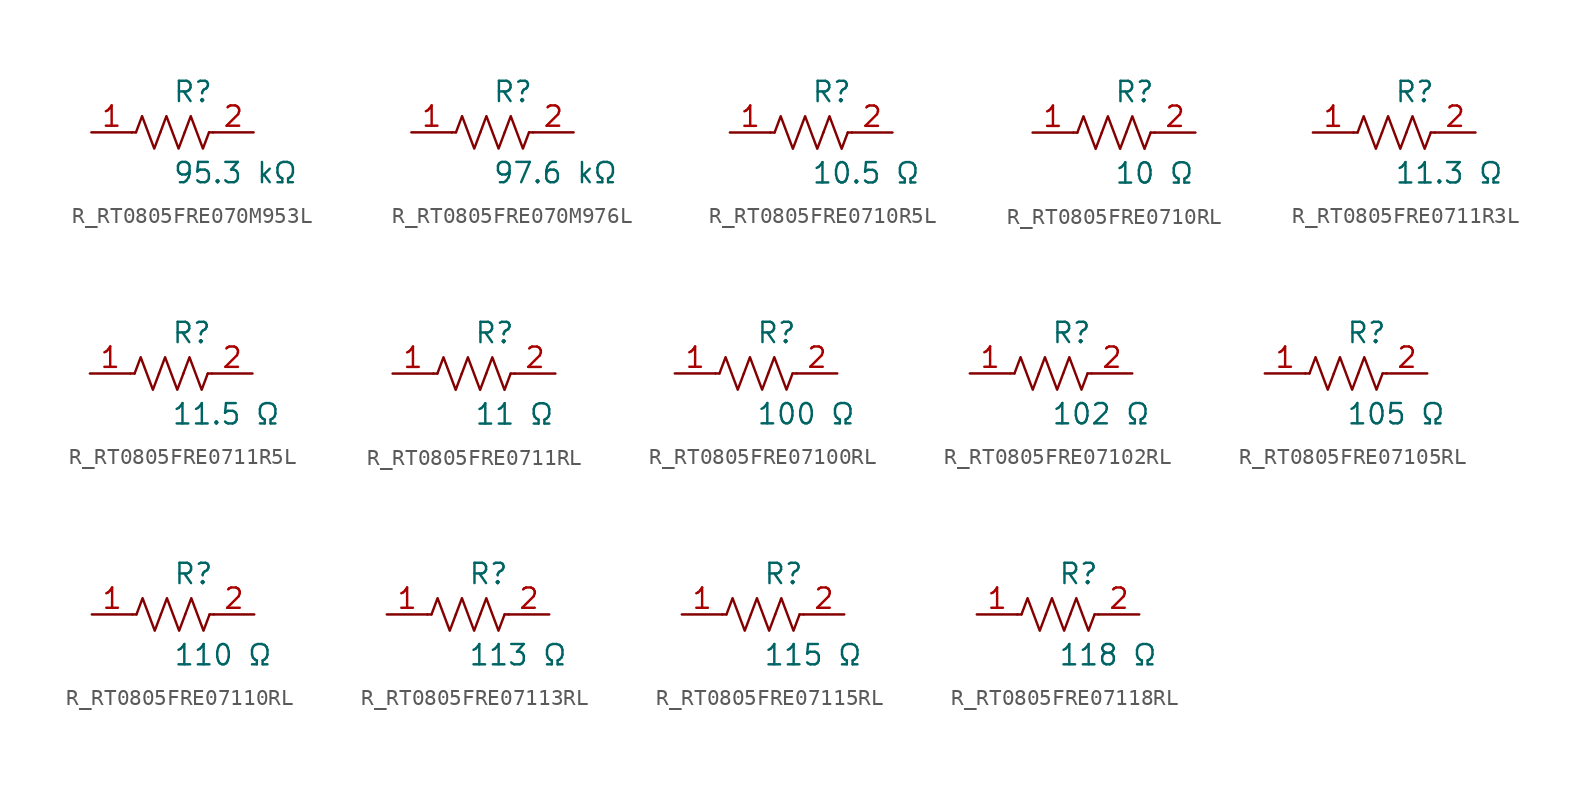
<source format=kicad_sym>
(kicad_symbol_lib
  (version 20231120)
  (generator kicad_symbol_editor)
  (generator_version 8.0)
  (symbol "R_RT0805FRE070M953L"
    (pin_names
      (offset 0.254))
    (property "Reference" "R"
      (at 0.0 2.54 0)
      (effects (font (size 1.27 1.27)) (justify left)))
    (property "Value" "95.3 kΩ"
      (at 0.0 -2.54 0)
      (effects (font (size 1.27 1.27)) (justify left)))
    (symbol "R_RT0805FRE070M953L_0_1"
      (polyline (pts (xy 2.286 0) (xy 2.54 0)) (stroke (width 0) (type default)) (fill (type none)))
      (polyline (pts (xy -2.286 0) (xy -2.54 0)) (stroke (width 0) (type default)) (fill (type none)))
      (polyline (pts (xy 0.762 0) (xy 1.143 1.016) (xy 1.524 0) (xy 1.905 -1.016) (xy 2.286 0)) (stroke (width 0) (type default)) (fill (type none)))
      (polyline (pts (xy -0.762 0) (xy -0.381 1.016) (xy 0 0) (xy 0.381 -1.016) (xy 0.762 0)) (stroke (width 0) (type default)) (fill (type none)))
      (polyline (pts (xy -2.286 0) (xy -1.905 1.016) (xy -1.524 0) (xy -1.143 -1.016) (xy -0.762 0)) (stroke (width 0) (type default)) (fill (type none))))
    (pin unspecified line
      (at -5.08 0 0)
      (length 2.54)
      (name "" (effects (font (size 1.27 1.27))))
      (number "1" (effects (font (size 1.27 1.27)))))
    (pin unspecified line
      (at 5.08 0 180)
      (length 2.54)
      (name "" (effects (font (size 1.27 1.27))))
      (number "2" (effects (font (size 1.27 1.27))))))
  (symbol "R_RT0805FRE070M976L"
    (pin_names
      (offset 0.254))
    (property "Reference" "R"
      (at 0.0 2.54 0)
      (effects (font (size 1.27 1.27)) (justify left)))
    (property "Value" "97.6 kΩ"
      (at 0.0 -2.54 0)
      (effects (font (size 1.27 1.27)) (justify left)))
    (symbol "R_RT0805FRE070M976L_0_1"
      (polyline (pts (xy 2.286 0) (xy 2.54 0)) (stroke (width 0) (type default)) (fill (type none)))
      (polyline (pts (xy -2.286 0) (xy -2.54 0)) (stroke (width 0) (type default)) (fill (type none)))
      (polyline (pts (xy 0.762 0) (xy 1.143 1.016) (xy 1.524 0) (xy 1.905 -1.016) (xy 2.286 0)) (stroke (width 0) (type default)) (fill (type none)))
      (polyline (pts (xy -0.762 0) (xy -0.381 1.016) (xy 0 0) (xy 0.381 -1.016) (xy 0.762 0)) (stroke (width 0) (type default)) (fill (type none)))
      (polyline (pts (xy -2.286 0) (xy -1.905 1.016) (xy -1.524 0) (xy -1.143 -1.016) (xy -0.762 0)) (stroke (width 0) (type default)) (fill (type none))))
    (pin unspecified line
      (at -5.08 0 0)
      (length 2.54)
      (name "" (effects (font (size 1.27 1.27))))
      (number "1" (effects (font (size 1.27 1.27)))))
    (pin unspecified line
      (at 5.08 0 180)
      (length 2.54)
      (name "" (effects (font (size 1.27 1.27))))
      (number "2" (effects (font (size 1.27 1.27))))))
  (symbol "R_RT0805FRE0710R5L"
    (pin_names
      (offset 0.254))
    (property "Reference" "R"
      (at 0.0 2.54 0)
      (effects (font (size 1.27 1.27)) (justify left)))
    (property "Value" "10.5 Ω"
      (at 0.0 -2.54 0)
      (effects (font (size 1.27 1.27)) (justify left)))
    (symbol "R_RT0805FRE0710R5L_0_1"
      (polyline (pts (xy 2.286 0) (xy 2.54 0)) (stroke (width 0) (type default)) (fill (type none)))
      (polyline (pts (xy -2.286 0) (xy -2.54 0)) (stroke (width 0) (type default)) (fill (type none)))
      (polyline (pts (xy 0.762 0) (xy 1.143 1.016) (xy 1.524 0) (xy 1.905 -1.016) (xy 2.286 0)) (stroke (width 0) (type default)) (fill (type none)))
      (polyline (pts (xy -0.762 0) (xy -0.381 1.016) (xy 0 0) (xy 0.381 -1.016) (xy 0.762 0)) (stroke (width 0) (type default)) (fill (type none)))
      (polyline (pts (xy -2.286 0) (xy -1.905 1.016) (xy -1.524 0) (xy -1.143 -1.016) (xy -0.762 0)) (stroke (width 0) (type default)) (fill (type none))))
    (pin unspecified line
      (at -5.08 0 0)
      (length 2.54)
      (name "" (effects (font (size 1.27 1.27))))
      (number "1" (effects (font (size 1.27 1.27)))))
    (pin unspecified line
      (at 5.08 0 180)
      (length 2.54)
      (name "" (effects (font (size 1.27 1.27))))
      (number "2" (effects (font (size 1.27 1.27))))))
  (symbol "R_RT0805FRE0710RL"
    (pin_names
      (offset 0.254))
    (property "Reference" "R"
      (at 0.0 2.54 0)
      (effects (font (size 1.27 1.27)) (justify left)))
    (property "Value" "10 Ω"
      (at 0.0 -2.54 0)
      (effects (font (size 1.27 1.27)) (justify left)))
    (symbol "R_RT0805FRE0710RL_0_1"
      (polyline (pts (xy 2.286 0) (xy 2.54 0)) (stroke (width 0) (type default)) (fill (type none)))
      (polyline (pts (xy -2.286 0) (xy -2.54 0)) (stroke (width 0) (type default)) (fill (type none)))
      (polyline (pts (xy 0.762 0) (xy 1.143 1.016) (xy 1.524 0) (xy 1.905 -1.016) (xy 2.286 0)) (stroke (width 0) (type default)) (fill (type none)))
      (polyline (pts (xy -0.762 0) (xy -0.381 1.016) (xy 0 0) (xy 0.381 -1.016) (xy 0.762 0)) (stroke (width 0) (type default)) (fill (type none)))
      (polyline (pts (xy -2.286 0) (xy -1.905 1.016) (xy -1.524 0) (xy -1.143 -1.016) (xy -0.762 0)) (stroke (width 0) (type default)) (fill (type none))))
    (pin unspecified line
      (at -5.08 0 0)
      (length 2.54)
      (name "" (effects (font (size 1.27 1.27))))
      (number "1" (effects (font (size 1.27 1.27)))))
    (pin unspecified line
      (at 5.08 0 180)
      (length 2.54)
      (name "" (effects (font (size 1.27 1.27))))
      (number "2" (effects (font (size 1.27 1.27))))))
  (symbol "R_RT0805FRE0711R3L"
    (pin_names
      (offset 0.254))
    (property "Reference" "R"
      (at 0.0 2.54 0)
      (effects (font (size 1.27 1.27)) (justify left)))
    (property "Value" "11.3 Ω"
      (at 0.0 -2.54 0)
      (effects (font (size 1.27 1.27)) (justify left)))
    (symbol "R_RT0805FRE0711R3L_0_1"
      (polyline (pts (xy 2.286 0) (xy 2.54 0)) (stroke (width 0) (type default)) (fill (type none)))
      (polyline (pts (xy -2.286 0) (xy -2.54 0)) (stroke (width 0) (type default)) (fill (type none)))
      (polyline (pts (xy 0.762 0) (xy 1.143 1.016) (xy 1.524 0) (xy 1.905 -1.016) (xy 2.286 0)) (stroke (width 0) (type default)) (fill (type none)))
      (polyline (pts (xy -0.762 0) (xy -0.381 1.016) (xy 0 0) (xy 0.381 -1.016) (xy 0.762 0)) (stroke (width 0) (type default)) (fill (type none)))
      (polyline (pts (xy -2.286 0) (xy -1.905 1.016) (xy -1.524 0) (xy -1.143 -1.016) (xy -0.762 0)) (stroke (width 0) (type default)) (fill (type none))))
    (pin unspecified line
      (at -5.08 0 0)
      (length 2.54)
      (name "" (effects (font (size 1.27 1.27))))
      (number "1" (effects (font (size 1.27 1.27)))))
    (pin unspecified line
      (at 5.08 0 180)
      (length 2.54)
      (name "" (effects (font (size 1.27 1.27))))
      (number "2" (effects (font (size 1.27 1.27))))))
  (symbol "R_RT0805FRE0711R5L"
    (pin_names
      (offset 0.254))
    (property "Reference" "R"
      (at 0.0 2.54 0)
      (effects (font (size 1.27 1.27)) (justify left)))
    (property "Value" "11.5 Ω"
      (at 0.0 -2.54 0)
      (effects (font (size 1.27 1.27)) (justify left)))
    (symbol "R_RT0805FRE0711R5L_0_1"
      (polyline (pts (xy 2.286 0) (xy 2.54 0)) (stroke (width 0) (type default)) (fill (type none)))
      (polyline (pts (xy -2.286 0) (xy -2.54 0)) (stroke (width 0) (type default)) (fill (type none)))
      (polyline (pts (xy 0.762 0) (xy 1.143 1.016) (xy 1.524 0) (xy 1.905 -1.016) (xy 2.286 0)) (stroke (width 0) (type default)) (fill (type none)))
      (polyline (pts (xy -0.762 0) (xy -0.381 1.016) (xy 0 0) (xy 0.381 -1.016) (xy 0.762 0)) (stroke (width 0) (type default)) (fill (type none)))
      (polyline (pts (xy -2.286 0) (xy -1.905 1.016) (xy -1.524 0) (xy -1.143 -1.016) (xy -0.762 0)) (stroke (width 0) (type default)) (fill (type none))))
    (pin unspecified line
      (at -5.08 0 0)
      (length 2.54)
      (name "" (effects (font (size 1.27 1.27))))
      (number "1" (effects (font (size 1.27 1.27)))))
    (pin unspecified line
      (at 5.08 0 180)
      (length 2.54)
      (name "" (effects (font (size 1.27 1.27))))
      (number "2" (effects (font (size 1.27 1.27))))))
  (symbol "R_RT0805FRE0711RL"
    (pin_names
      (offset 0.254))
    (property "Reference" "R"
      (at 0.0 2.54 0)
      (effects (font (size 1.27 1.27)) (justify left)))
    (property "Value" "11 Ω"
      (at 0.0 -2.54 0)
      (effects (font (size 1.27 1.27)) (justify left)))
    (symbol "R_RT0805FRE0711RL_0_1"
      (polyline (pts (xy 2.286 0) (xy 2.54 0)) (stroke (width 0) (type default)) (fill (type none)))
      (polyline (pts (xy -2.286 0) (xy -2.54 0)) (stroke (width 0) (type default)) (fill (type none)))
      (polyline (pts (xy 0.762 0) (xy 1.143 1.016) (xy 1.524 0) (xy 1.905 -1.016) (xy 2.286 0)) (stroke (width 0) (type default)) (fill (type none)))
      (polyline (pts (xy -0.762 0) (xy -0.381 1.016) (xy 0 0) (xy 0.381 -1.016) (xy 0.762 0)) (stroke (width 0) (type default)) (fill (type none)))
      (polyline (pts (xy -2.286 0) (xy -1.905 1.016) (xy -1.524 0) (xy -1.143 -1.016) (xy -0.762 0)) (stroke (width 0) (type default)) (fill (type none))))
    (pin unspecified line
      (at -5.08 0 0)
      (length 2.54)
      (name "" (effects (font (size 1.27 1.27))))
      (number "1" (effects (font (size 1.27 1.27)))))
    (pin unspecified line
      (at 5.08 0 180)
      (length 2.54)
      (name "" (effects (font (size 1.27 1.27))))
      (number "2" (effects (font (size 1.27 1.27))))))
  (symbol "R_RT0805FRE07100RL"
    (pin_names
      (offset 0.254))
    (property "Reference" "R"
      (at 0.0 2.54 0)
      (effects (font (size 1.27 1.27)) (justify left)))
    (property "Value" "100 Ω"
      (at 0.0 -2.54 0)
      (effects (font (size 1.27 1.27)) (justify left)))
    (symbol "R_RT0805FRE07100RL_0_1"
      (polyline (pts (xy 2.286 0) (xy 2.54 0)) (stroke (width 0) (type default)) (fill (type none)))
      (polyline (pts (xy -2.286 0) (xy -2.54 0)) (stroke (width 0) (type default)) (fill (type none)))
      (polyline (pts (xy 0.762 0) (xy 1.143 1.016) (xy 1.524 0) (xy 1.905 -1.016) (xy 2.286 0)) (stroke (width 0) (type default)) (fill (type none)))
      (polyline (pts (xy -0.762 0) (xy -0.381 1.016) (xy 0 0) (xy 0.381 -1.016) (xy 0.762 0)) (stroke (width 0) (type default)) (fill (type none)))
      (polyline (pts (xy -2.286 0) (xy -1.905 1.016) (xy -1.524 0) (xy -1.143 -1.016) (xy -0.762 0)) (stroke (width 0) (type default)) (fill (type none))))
    (pin unspecified line
      (at -5.08 0 0)
      (length 2.54)
      (name "" (effects (font (size 1.27 1.27))))
      (number "1" (effects (font (size 1.27 1.27)))))
    (pin unspecified line
      (at 5.08 0 180)
      (length 2.54)
      (name "" (effects (font (size 1.27 1.27))))
      (number "2" (effects (font (size 1.27 1.27))))))
  (symbol "R_RT0805FRE07102RL"
    (pin_names
      (offset 0.254))
    (property "Reference" "R"
      (at 0.0 2.54 0)
      (effects (font (size 1.27 1.27)) (justify left)))
    (property "Value" "102 Ω"
      (at 0.0 -2.54 0)
      (effects (font (size 1.27 1.27)) (justify left)))
    (symbol "R_RT0805FRE07102RL_0_1"
      (polyline (pts (xy 2.286 0) (xy 2.54 0)) (stroke (width 0) (type default)) (fill (type none)))
      (polyline (pts (xy -2.286 0) (xy -2.54 0)) (stroke (width 0) (type default)) (fill (type none)))
      (polyline (pts (xy 0.762 0) (xy 1.143 1.016) (xy 1.524 0) (xy 1.905 -1.016) (xy 2.286 0)) (stroke (width 0) (type default)) (fill (type none)))
      (polyline (pts (xy -0.762 0) (xy -0.381 1.016) (xy 0 0) (xy 0.381 -1.016) (xy 0.762 0)) (stroke (width 0) (type default)) (fill (type none)))
      (polyline (pts (xy -2.286 0) (xy -1.905 1.016) (xy -1.524 0) (xy -1.143 -1.016) (xy -0.762 0)) (stroke (width 0) (type default)) (fill (type none))))
    (pin unspecified line
      (at -5.08 0 0)
      (length 2.54)
      (name "" (effects (font (size 1.27 1.27))))
      (number "1" (effects (font (size 1.27 1.27)))))
    (pin unspecified line
      (at 5.08 0 180)
      (length 2.54)
      (name "" (effects (font (size 1.27 1.27))))
      (number "2" (effects (font (size 1.27 1.27))))))
  (symbol "R_RT0805FRE07105RL"
    (pin_names
      (offset 0.254))
    (property "Reference" "R"
      (at 0.0 2.54 0)
      (effects (font (size 1.27 1.27)) (justify left)))
    (property "Value" "105 Ω"
      (at 0.0 -2.54 0)
      (effects (font (size 1.27 1.27)) (justify left)))
    (symbol "R_RT0805FRE07105RL_0_1"
      (polyline (pts (xy 2.286 0) (xy 2.54 0)) (stroke (width 0) (type default)) (fill (type none)))
      (polyline (pts (xy -2.286 0) (xy -2.54 0)) (stroke (width 0) (type default)) (fill (type none)))
      (polyline (pts (xy 0.762 0) (xy 1.143 1.016) (xy 1.524 0) (xy 1.905 -1.016) (xy 2.286 0)) (stroke (width 0) (type default)) (fill (type none)))
      (polyline (pts (xy -0.762 0) (xy -0.381 1.016) (xy 0 0) (xy 0.381 -1.016) (xy 0.762 0)) (stroke (width 0) (type default)) (fill (type none)))
      (polyline (pts (xy -2.286 0) (xy -1.905 1.016) (xy -1.524 0) (xy -1.143 -1.016) (xy -0.762 0)) (stroke (width 0) (type default)) (fill (type none))))
    (pin unspecified line
      (at -5.08 0 0)
      (length 2.54)
      (name "" (effects (font (size 1.27 1.27))))
      (number "1" (effects (font (size 1.27 1.27)))))
    (pin unspecified line
      (at 5.08 0 180)
      (length 2.54)
      (name "" (effects (font (size 1.27 1.27))))
      (number "2" (effects (font (size 1.27 1.27))))))
  (symbol "R_RT0805FRE07110RL"
    (pin_names
      (offset 0.254))
    (property "Reference" "R"
      (at 0.0 2.54 0)
      (effects (font (size 1.27 1.27)) (justify left)))
    (property "Value" "110 Ω"
      (at 0.0 -2.54 0)
      (effects (font (size 1.27 1.27)) (justify left)))
    (symbol "R_RT0805FRE07110RL_0_1"
      (polyline (pts (xy 2.286 0) (xy 2.54 0)) (stroke (width 0) (type default)) (fill (type none)))
      (polyline (pts (xy -2.286 0) (xy -2.54 0)) (stroke (width 0) (type default)) (fill (type none)))
      (polyline (pts (xy 0.762 0) (xy 1.143 1.016) (xy 1.524 0) (xy 1.905 -1.016) (xy 2.286 0)) (stroke (width 0) (type default)) (fill (type none)))
      (polyline (pts (xy -0.762 0) (xy -0.381 1.016) (xy 0 0) (xy 0.381 -1.016) (xy 0.762 0)) (stroke (width 0) (type default)) (fill (type none)))
      (polyline (pts (xy -2.286 0) (xy -1.905 1.016) (xy -1.524 0) (xy -1.143 -1.016) (xy -0.762 0)) (stroke (width 0) (type default)) (fill (type none))))
    (pin unspecified line
      (at -5.08 0 0)
      (length 2.54)
      (name "" (effects (font (size 1.27 1.27))))
      (number "1" (effects (font (size 1.27 1.27)))))
    (pin unspecified line
      (at 5.08 0 180)
      (length 2.54)
      (name "" (effects (font (size 1.27 1.27))))
      (number "2" (effects (font (size 1.27 1.27))))))
  (symbol "R_RT0805FRE07113RL"
    (pin_names
      (offset 0.254))
    (property "Reference" "R"
      (at 0.0 2.54 0)
      (effects (font (size 1.27 1.27)) (justify left)))
    (property "Value" "113 Ω"
      (at 0.0 -2.54 0)
      (effects (font (size 1.27 1.27)) (justify left)))
    (symbol "R_RT0805FRE07113RL_0_1"
      (polyline (pts (xy 2.286 0) (xy 2.54 0)) (stroke (width 0) (type default)) (fill (type none)))
      (polyline (pts (xy -2.286 0) (xy -2.54 0)) (stroke (width 0) (type default)) (fill (type none)))
      (polyline (pts (xy 0.762 0) (xy 1.143 1.016) (xy 1.524 0) (xy 1.905 -1.016) (xy 2.286 0)) (stroke (width 0) (type default)) (fill (type none)))
      (polyline (pts (xy -0.762 0) (xy -0.381 1.016) (xy 0 0) (xy 0.381 -1.016) (xy 0.762 0)) (stroke (width 0) (type default)) (fill (type none)))
      (polyline (pts (xy -2.286 0) (xy -1.905 1.016) (xy -1.524 0) (xy -1.143 -1.016) (xy -0.762 0)) (stroke (width 0) (type default)) (fill (type none))))
    (pin unspecified line
      (at -5.08 0 0)
      (length 2.54)
      (name "" (effects (font (size 1.27 1.27))))
      (number "1" (effects (font (size 1.27 1.27)))))
    (pin unspecified line
      (at 5.08 0 180)
      (length 2.54)
      (name "" (effects (font (size 1.27 1.27))))
      (number "2" (effects (font (size 1.27 1.27))))))
  (symbol "R_RT0805FRE07115RL"
    (pin_names
      (offset 0.254))
    (property "Reference" "R"
      (at 0.0 2.54 0)
      (effects (font (size 1.27 1.27)) (justify left)))
    (property "Value" "115 Ω"
      (at 0.0 -2.54 0)
      (effects (font (size 1.27 1.27)) (justify left)))
    (symbol "R_RT0805FRE07115RL_0_1"
      (polyline (pts (xy 2.286 0) (xy 2.54 0)) (stroke (width 0) (type default)) (fill (type none)))
      (polyline (pts (xy -2.286 0) (xy -2.54 0)) (stroke (width 0) (type default)) (fill (type none)))
      (polyline (pts (xy 0.762 0) (xy 1.143 1.016) (xy 1.524 0) (xy 1.905 -1.016) (xy 2.286 0)) (stroke (width 0) (type default)) (fill (type none)))
      (polyline (pts (xy -0.762 0) (xy -0.381 1.016) (xy 0 0) (xy 0.381 -1.016) (xy 0.762 0)) (stroke (width 0) (type default)) (fill (type none)))
      (polyline (pts (xy -2.286 0) (xy -1.905 1.016) (xy -1.524 0) (xy -1.143 -1.016) (xy -0.762 0)) (stroke (width 0) (type default)) (fill (type none))))
    (pin unspecified line
      (at -5.08 0 0)
      (length 2.54)
      (name "" (effects (font (size 1.27 1.27))))
      (number "1" (effects (font (size 1.27 1.27)))))
    (pin unspecified line
      (at 5.08 0 180)
      (length 2.54)
      (name "" (effects (font (size 1.27 1.27))))
      (number "2" (effects (font (size 1.27 1.27))))))
  (symbol "R_RT0805FRE07118RL"
    (pin_names
      (offset 0.254))
    (property "Reference" "R"
      (at 0.0 2.54 0)
      (effects (font (size 1.27 1.27)) (justify left)))
    (property "Value" "118 Ω"
      (at 0.0 -2.54 0)
      (effects (font (size 1.27 1.27)) (justify left)))
    (symbol "R_RT0805FRE07118RL_0_1"
      (polyline (pts (xy 2.286 0) (xy 2.54 0)) (stroke (width 0) (type default)) (fill (type none)))
      (polyline (pts (xy -2.286 0) (xy -2.54 0)) (stroke (width 0) (type default)) (fill (type none)))
      (polyline (pts (xy 0.762 0) (xy 1.143 1.016) (xy 1.524 0) (xy 1.905 -1.016) (xy 2.286 0)) (stroke (width 0) (type default)) (fill (type none)))
      (polyline (pts (xy -0.762 0) (xy -0.381 1.016) (xy 0 0) (xy 0.381 -1.016) (xy 0.762 0)) (stroke (width 0) (type default)) (fill (type none)))
      (polyline (pts (xy -2.286 0) (xy -1.905 1.016) (xy -1.524 0) (xy -1.143 -1.016) (xy -0.762 0)) (stroke (width 0) (type default)) (fill (type none))))
    (pin unspecified line
      (at -5.08 0 0)
      (length 2.54)
      (name "" (effects (font (size 1.27 1.27))))
      (number "1" (effects (font (size 1.27 1.27)))))
    (pin unspecified line
      (at 5.08 0 180)
      (length 2.54)
      (name "" (effects (font (size 1.27 1.27))))
      (number "2" (effects (font (size 1.27 1.27)))))))
</source>
